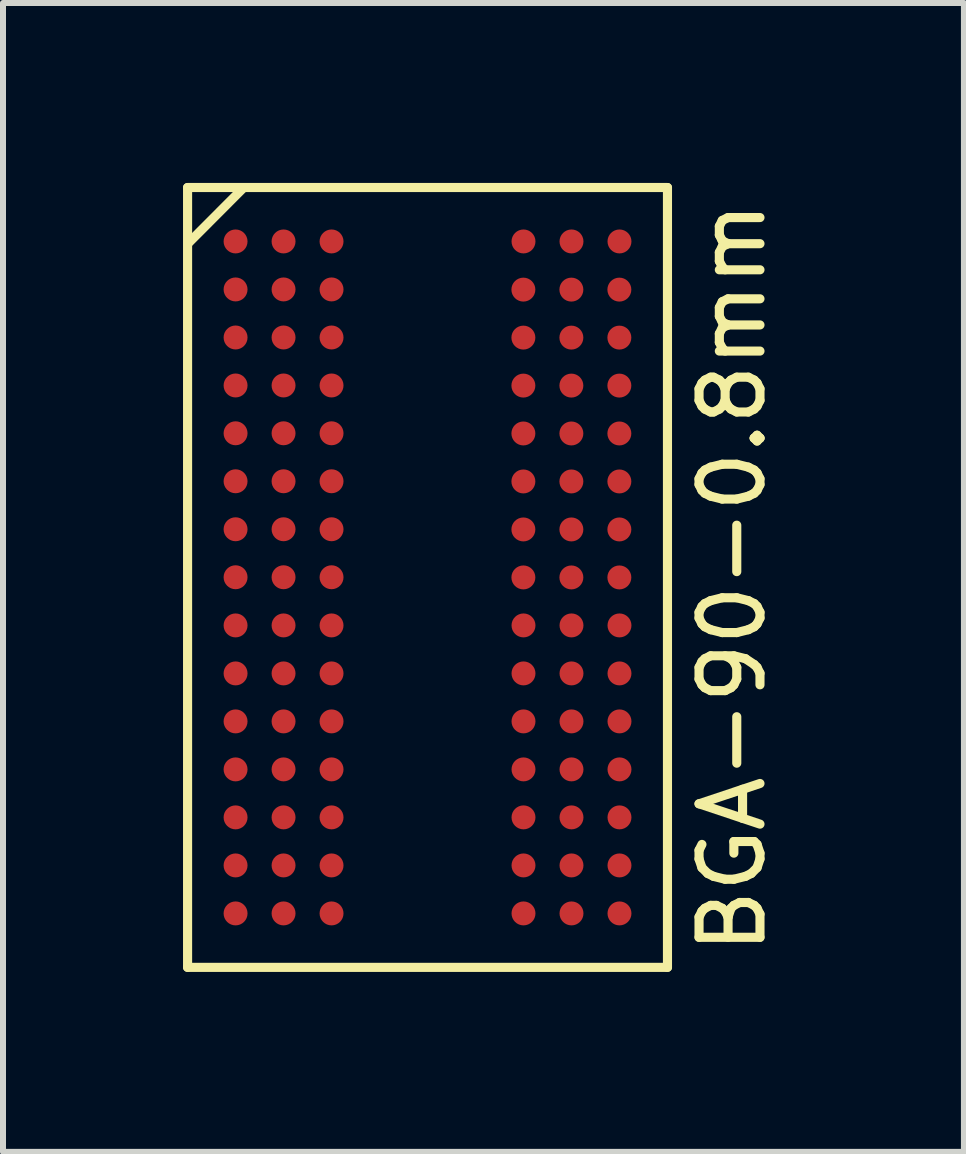
<source format=kicad_pcb>
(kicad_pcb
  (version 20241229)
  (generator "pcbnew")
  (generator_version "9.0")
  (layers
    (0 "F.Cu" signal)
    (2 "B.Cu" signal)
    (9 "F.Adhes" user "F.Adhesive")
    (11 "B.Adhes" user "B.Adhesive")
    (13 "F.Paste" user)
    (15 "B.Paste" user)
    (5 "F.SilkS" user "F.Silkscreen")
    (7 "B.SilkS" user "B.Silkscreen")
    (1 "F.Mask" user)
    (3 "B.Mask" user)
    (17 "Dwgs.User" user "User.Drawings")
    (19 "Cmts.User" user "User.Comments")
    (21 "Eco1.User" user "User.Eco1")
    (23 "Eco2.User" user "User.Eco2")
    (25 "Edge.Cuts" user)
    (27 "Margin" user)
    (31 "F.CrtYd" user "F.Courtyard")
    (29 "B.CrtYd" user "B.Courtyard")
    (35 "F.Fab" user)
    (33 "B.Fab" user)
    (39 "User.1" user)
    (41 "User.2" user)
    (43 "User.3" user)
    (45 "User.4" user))
  (footprint "BGA-90-0.8mm"
    (layer "F.Cu")
    (at 4.077 6.576)
    (property "Reference" "BGA-90-0.8mm" (at 5.08 0 90) (layer "F.SilkS") (effects (font (size 1.016 1.016) (thickness 0.152))))
    (attr smd)
    (fp_line (start -4 -6.5) (end 4 -6.5) (stroke (width 0.152) (type solid)) (layer "F.SilkS"))
    (fp_line (start -4 6.5) (end -4 -6.5) (stroke (width 0.152) (type solid)) (layer "F.SilkS"))
    (fp_line (start -3.081 -6.482) (end -3.98 -5.58) (stroke (width 0.152) (type solid)) (layer "F.SilkS"))
    (fp_line (start 4 -6.5) (end 4 6.5) (stroke (width 0.152) (type solid)) (layer "F.SilkS"))
    (fp_line (start 4 6.5) (end -4 6.5) (stroke (width 0.152) (type solid)) (layer "F.SilkS"))
    (pad "A1" smd circle (at -3.2 -5.601) (size 0.399 0.399) (layers "F.Cu" "F.Mask" "F.Paste"))
    (pad "A2" smd circle (at -2.4 -5.601) (size 0.399 0.399) (layers "F.Cu" "F.Mask" "F.Paste"))
    (pad "A3" smd circle (at -1.6 -5.601) (size 0.399 0.399) (layers "F.Cu" "F.Mask" "F.Paste"))
    (pad "A7" smd circle (at 1.6 -5.601) (size 0.399 0.399) (layers "F.Cu" "F.Mask" "F.Paste"))
    (pad "A8" smd circle (at 2.4 -5.601) (size 0.399 0.399) (layers "F.Cu" "F.Mask" "F.Paste"))
    (pad "A9" smd circle (at 3.2 -5.601) (size 0.399 0.399) (layers "F.Cu" "F.Mask" "F.Paste"))
    (pad "B1" smd circle (at -3.2 -4.801) (size 0.399 0.399) (layers "F.Cu" "F.Mask" "F.Paste"))
    (pad "B2" smd circle (at -2.4 -4.801) (size 0.399 0.399) (layers "F.Cu" "F.Mask" "F.Paste"))
    (pad "B3" smd circle (at -1.6 -4.801) (size 0.399 0.399) (layers "F.Cu" "F.Mask" "F.Paste"))
    (pad "B7" smd circle (at 1.598 -4.798) (size 0.399 0.399) (layers "F.Cu" "F.Mask" "F.Paste"))
    (pad "B8" smd circle (at 2.398 -4.798) (size 0.399 0.399) (layers "F.Cu" "F.Mask" "F.Paste"))
    (pad "B9" smd circle (at 3.198 -4.798) (size 0.399 0.399) (layers "F.Cu" "F.Mask" "F.Paste"))
    (pad "C1" smd circle (at -3.2 -4) (size 0.399 0.399) (layers "F.Cu" "F.Mask" "F.Paste"))
    (pad "C2" smd circle (at -2.4 -4) (size 0.399 0.399) (layers "F.Cu" "F.Mask" "F.Paste"))
    (pad "C3" smd circle (at -1.6 -4) (size 0.399 0.399) (layers "F.Cu" "F.Mask" "F.Paste"))
    (pad "C7" smd circle (at 1.598 -3.998) (size 0.399 0.399) (layers "F.Cu" "F.Mask" "F.Paste"))
    (pad "C8" smd circle (at 2.398 -3.998) (size 0.399 0.399) (layers "F.Cu" "F.Mask" "F.Paste"))
    (pad "C9" smd circle (at 3.198 -3.998) (size 0.399 0.399) (layers "F.Cu" "F.Mask" "F.Paste"))
    (pad "D1" smd circle (at -3.2 -3.2) (size 0.399 0.399) (layers "F.Cu" "F.Mask" "F.Paste"))
    (pad "D2" smd circle (at -2.4 -3.2) (size 0.399 0.399) (layers "F.Cu" "F.Mask" "F.Paste"))
    (pad "D3" smd circle (at -1.6 -3.2) (size 0.399 0.399) (layers "F.Cu" "F.Mask" "F.Paste"))
    (pad "D7" smd circle (at 1.598 -3.198) (size 0.399 0.399) (layers "F.Cu" "F.Mask" "F.Paste"))
    (pad "D8" smd circle (at 2.398 -3.198) (size 0.399 0.399) (layers "F.Cu" "F.Mask" "F.Paste"))
    (pad "D9" smd circle (at 3.198 -3.198) (size 0.399 0.399) (layers "F.Cu" "F.Mask" "F.Paste"))
    (pad "E1" smd circle (at -3.2 -2.403) (size 0.399 0.399) (layers "F.Cu" "F.Mask" "F.Paste"))
    (pad "E2" smd circle (at -2.4 -2.403) (size 0.399 0.399) (layers "F.Cu" "F.Mask" "F.Paste"))
    (pad "E3" smd circle (at -1.6 -2.403) (size 0.399 0.399) (layers "F.Cu" "F.Mask" "F.Paste"))
    (pad "E7" smd circle (at 1.598 -2.4) (size 0.399 0.399) (layers "F.Cu" "F.Mask" "F.Paste"))
    (pad "E8" smd circle (at 2.398 -2.4) (size 0.399 0.399) (layers "F.Cu" "F.Mask" "F.Paste"))
    (pad "E9" smd circle (at 3.198 -2.4) (size 0.399 0.399) (layers "F.Cu" "F.Mask" "F.Paste"))
    (pad "F1" smd circle (at -3.2 -1.603) (size 0.399 0.399) (layers "F.Cu" "F.Mask" "F.Paste"))
    (pad "F2" smd circle (at -2.4 -1.603) (size 0.399 0.399) (layers "F.Cu" "F.Mask" "F.Paste"))
    (pad "F3" smd circle (at -1.6 -1.603) (size 0.399 0.399) (layers "F.Cu" "F.Mask" "F.Paste"))
    (pad "F7" smd circle (at 1.598 -1.6) (size 0.399 0.399) (layers "F.Cu" "F.Mask" "F.Paste"))
    (pad "F8" smd circle (at 2.398 -1.6) (size 0.399 0.399) (layers "F.Cu" "F.Mask" "F.Paste"))
    (pad "F9" smd circle (at 3.198 -1.6) (size 0.399 0.399) (layers "F.Cu" "F.Mask" "F.Paste"))
    (pad "G1" smd circle (at -3.2 -0.803) (size 0.399 0.399) (layers "F.Cu" "F.Mask" "F.Paste"))
    (pad "G2" smd circle (at -2.4 -0.803) (size 0.399 0.399) (layers "F.Cu" "F.Mask" "F.Paste"))
    (pad "G3" smd circle (at -1.6 -0.803) (size 0.399 0.399) (layers "F.Cu" "F.Mask" "F.Paste"))
    (pad "G7" smd circle (at 1.598 -0.8) (size 0.399 0.399) (layers "F.Cu" "F.Mask" "F.Paste"))
    (pad "G8" smd circle (at 2.398 -0.8) (size 0.399 0.399) (layers "F.Cu" "F.Mask" "F.Paste"))
    (pad "G9" smd circle (at 3.198 -0.8) (size 0.399 0.399) (layers "F.Cu" "F.Mask" "F.Paste"))
    (pad "H1" smd circle (at -3.2 -0.003) (size 0.399 0.399) (layers "F.Cu" "F.Mask" "F.Paste"))
    (pad "H2" smd circle (at -2.4 -0.003) (size 0.399 0.399) (layers "F.Cu" "F.Mask" "F.Paste"))
    (pad "H3" smd circle (at -1.6 -0.003) (size 0.399 0.399) (layers "F.Cu" "F.Mask" "F.Paste"))
    (pad "H7" smd circle (at 1.598 0) (size 0.399 0.399) (layers "F.Cu" "F.Mask" "F.Paste"))
    (pad "H8" smd circle (at 2.398 0) (size 0.399 0.399) (layers "F.Cu" "F.Mask" "F.Paste"))
    (pad "H9" smd circle (at 3.198 0) (size 0.399 0.399) (layers "F.Cu" "F.Mask" "F.Paste"))
    (pad "J1" smd circle (at -3.2 0.8) (size 0.399 0.399) (layers "F.Cu" "F.Mask" "F.Paste"))
    (pad "J2" smd circle (at -2.4 0.8) (size 0.399 0.399) (layers "F.Cu" "F.Mask" "F.Paste"))
    (pad "J3" smd circle (at -1.6 0.8) (size 0.399 0.399) (layers "F.Cu" "F.Mask" "F.Paste"))
    (pad "J7" smd circle (at 1.6 0.8) (size 0.399 0.399) (layers "F.Cu" "F.Mask" "F.Paste"))
    (pad "J8" smd circle (at 2.4 0.8) (size 0.399 0.399) (layers "F.Cu" "F.Mask" "F.Paste"))
    (pad "J9" smd circle (at 3.2 0.8) (size 0.399 0.399) (layers "F.Cu" "F.Mask" "F.Paste"))
    (pad "K1" smd circle (at -3.2 1.6) (size 0.399 0.399) (layers "F.Cu" "F.Mask" "F.Paste"))
    (pad "K2" smd circle (at -2.4 1.6) (size 0.399 0.399) (layers "F.Cu" "F.Mask" "F.Paste"))
    (pad "K3" smd circle (at -1.6 1.6) (size 0.399 0.399) (layers "F.Cu" "F.Mask" "F.Paste"))
    (pad "K7" smd circle (at 1.6 1.6) (size 0.399 0.399) (layers "F.Cu" "F.Mask" "F.Paste"))
    (pad "K8" smd circle (at 2.4 1.6) (size 0.399 0.399) (layers "F.Cu" "F.Mask" "F.Paste"))
    (pad "K9" smd circle (at 3.2 1.6) (size 0.399 0.399) (layers "F.Cu" "F.Mask" "F.Paste"))
    (pad "L1" smd circle (at -3.2 2.4) (size 0.399 0.399) (layers "F.Cu" "F.Mask" "F.Paste"))
    (pad "L2" smd circle (at -2.4 2.4) (size 0.399 0.399) (layers "F.Cu" "F.Mask" "F.Paste"))
    (pad "L3" smd circle (at -1.6 2.4) (size 0.399 0.399) (layers "F.Cu" "F.Mask" "F.Paste"))
    (pad "L7" smd circle (at 1.6 2.4) (size 0.399 0.399) (layers "F.Cu" "F.Mask" "F.Paste"))
    (pad "L8" smd circle (at 2.4 2.4) (size 0.399 0.399) (layers "F.Cu" "F.Mask" "F.Paste"))
    (pad "L9" smd circle (at 3.2 2.4) (size 0.399 0.399) (layers "F.Cu" "F.Mask" "F.Paste"))
    (pad "M1" smd circle (at -3.2 3.2) (size 0.399 0.399) (layers "F.Cu" "F.Mask" "F.Paste"))
    (pad "M2" smd circle (at -2.4 3.2) (size 0.399 0.399) (layers "F.Cu" "F.Mask" "F.Paste"))
    (pad "M3" smd circle (at -1.6 3.2) (size 0.399 0.399) (layers "F.Cu" "F.Mask" "F.Paste"))
    (pad "M7" smd circle (at 1.6 3.2) (size 0.399 0.399) (layers "F.Cu" "F.Mask" "F.Paste"))
    (pad "M8" smd circle (at 2.4 3.2) (size 0.399 0.399) (layers "F.Cu" "F.Mask" "F.Paste"))
    (pad "M9" smd circle (at 3.2 3.2) (size 0.399 0.399) (layers "F.Cu" "F.Mask" "F.Paste"))
    (pad "N1" smd circle (at -3.2 4) (size 0.399 0.399) (layers "F.Cu" "F.Mask" "F.Paste"))
    (pad "N2" smd circle (at -2.4 4) (size 0.399 0.399) (layers "F.Cu" "F.Mask" "F.Paste"))
    (pad "N3" smd circle (at -1.6 4) (size 0.399 0.399) (layers "F.Cu" "F.Mask" "F.Paste"))
    (pad "N7" smd circle (at 1.6 4) (size 0.399 0.399) (layers "F.Cu" "F.Mask" "F.Paste"))
    (pad "N8" smd circle (at 2.4 4) (size 0.399 0.399) (layers "F.Cu" "F.Mask" "F.Paste"))
    (pad "N9" smd circle (at 3.2 4) (size 0.399 0.399) (layers "F.Cu" "F.Mask" "F.Paste"))
    (pad "P1" smd circle (at -3.2 4.801) (size 0.399 0.399) (layers "F.Cu" "F.Mask" "F.Paste"))
    (pad "P2" smd circle (at -2.4 4.801) (size 0.399 0.399) (layers "F.Cu" "F.Mask" "F.Paste"))
    (pad "P3" smd circle (at -1.6 4.801) (size 0.399 0.399) (layers "F.Cu" "F.Mask" "F.Paste"))
    (pad "P7" smd circle (at 1.6 4.801) (size 0.399 0.399) (layers "F.Cu" "F.Mask" "F.Paste"))
    (pad "P8" smd circle (at 2.4 4.801) (size 0.399 0.399) (layers "F.Cu" "F.Mask" "F.Paste"))
    (pad "P9" smd circle (at 3.2 4.801) (size 0.399 0.399) (layers "F.Cu" "F.Mask" "F.Paste"))
    (pad "R1" smd circle (at -3.2 5.601) (size 0.399 0.399) (layers "F.Cu" "F.Mask" "F.Paste"))
    (pad "R2" smd circle (at -2.4 5.601) (size 0.399 0.399) (layers "F.Cu" "F.Mask" "F.Paste"))
    (pad "R3" smd circle (at -1.6 5.601) (size 0.399 0.399) (layers "F.Cu" "F.Mask" "F.Paste"))
    (pad "R7" smd circle (at 1.6 5.601) (size 0.399 0.399) (layers "F.Cu" "F.Mask" "F.Paste"))
    (pad "R8" smd circle (at 2.4 5.601) (size 0.399 0.399) (layers "F.Cu" "F.Mask" "F.Paste"))
    (pad "R9" smd circle (at 3.2 5.601) (size 0.399 0.399) (layers "F.Cu" "F.Mask" "F.Paste")))
  (gr_rect
    (start -3 -3)
    (end 13.019 16.152)
    (stroke (width 0.1) (type default))
    (fill no)
    (layer "Edge.Cuts")))
</source>
